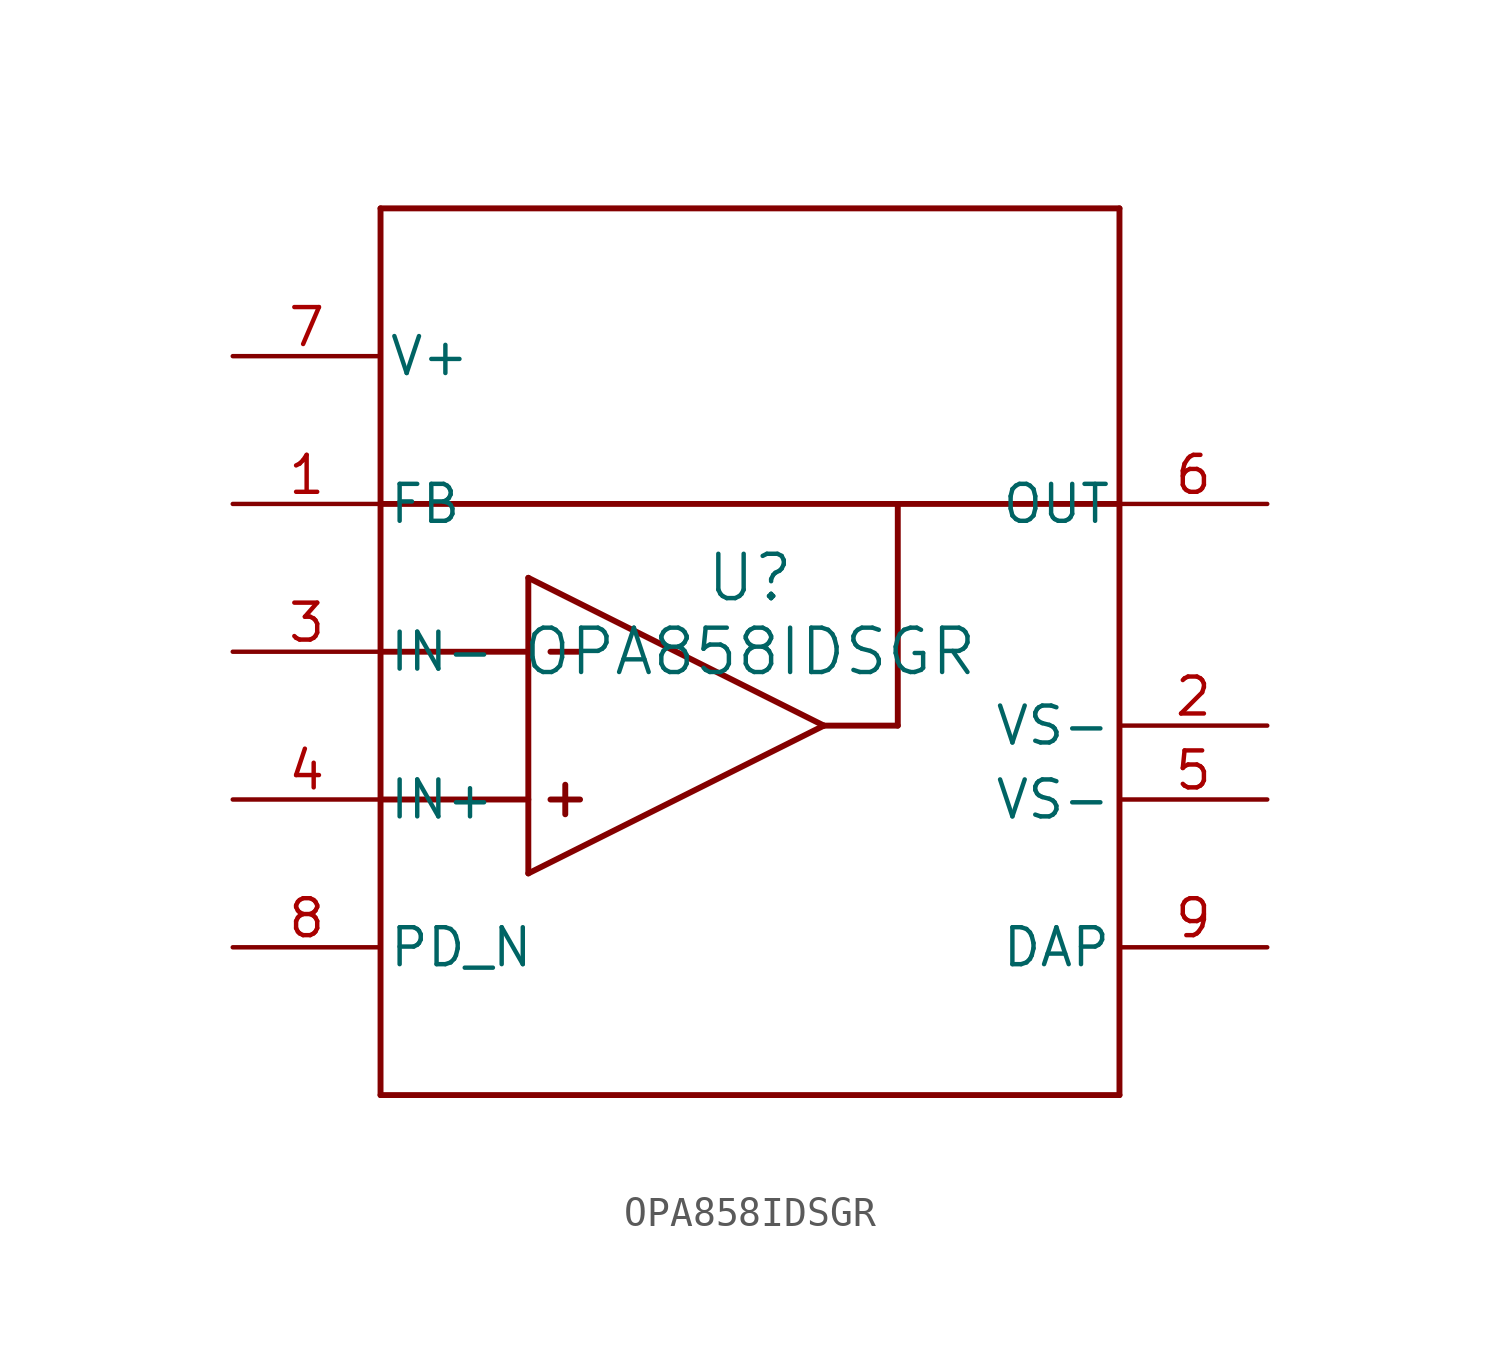
<source format=kicad_sym>
(kicad_symbol_lib
  (version 20211014)
  (generator kicad_symbol_editor)
  (symbol "OPA858IDSGR"
    (pin_names
      (offset 0.254))
    (property "Reference" "U"
      (at 0 2.54 0)
      (effects (font (size 1.524 1.524))))
    (property "Value" "OPA858IDSGR"
      (at 0 0 0)
      (effects (font (size 1.524 1.524))))
    (symbol "OPA858IDSGR_0_1"
      (polyline (pts (xy -12.7 -15.24) (xy 12.7 -15.24)) (stroke (width 0.203) (type default) (color 0 0 0 0)) (fill (type none)))
      (polyline (pts (xy 12.7 -15.24) (xy 12.7 15.24)) (stroke (width 0.203) (type default) (color 0 0 0 0)) (fill (type none)))
      (polyline (pts (xy 12.7 15.24) (xy -12.7 15.24)) (stroke (width 0.203) (type default) (color 0 0 0 0)) (fill (type none)))
      (polyline (pts (xy -12.7 15.24) (xy -12.7 -15.24)) (stroke (width 0.203) (type default) (color 0 0 0 0)) (fill (type none)))
      (polyline (pts (xy -7.62 2.54) (xy 2.54 -2.54)) (stroke (width 0.203) (type default) (color 0 0 0 0)) (fill (type none)))
      (polyline (pts (xy -7.62 -7.62) (xy 2.54 -2.54)) (stroke (width 0.203) (type default) (color 0 0 0 0)) (fill (type none)))
      (polyline (pts (xy -7.62 2.54) (xy -7.62 -7.62)) (stroke (width 0.203) (type default) (color 0 0 0 0)) (fill (type none)))
      (polyline (pts (xy 5.08 -2.54) (xy 5.08 5.08)) (stroke (width 0.203) (type default) (color 0 0 0 0)) (fill (type none)))
      (polyline (pts (xy 12.7 5.08) (xy -12.7 5.08)) (stroke (width 0.203) (type default) (color 0 0 0 0)) (fill (type none)))
      (polyline (pts (xy -12.7 -5.08) (xy -7.62 -5.08)) (stroke (width 0.203) (type default) (color 0 0 0 0)) (fill (type none)))
      (polyline (pts (xy -12.7 0) (xy -7.62 0)) (stroke (width 0.203) (type default) (color 0 0 0 0)) (fill (type none)))
      (polyline (pts (xy -6.858 0) (xy -5.842 0)) (stroke (width 0.203) (type default) (color 0 0 0 0)) (fill (type none)))
      (polyline (pts (xy -6.858 -5.08) (xy -5.842 -5.08)) (stroke (width 0.203) (type default) (color 0 0 0 0)) (fill (type none)))
      (polyline (pts (xy -6.35 -4.572) (xy -6.35 -5.588)) (stroke (width 0.203) (type default) (color 0 0 0 0)) (fill (type none)))
      (polyline (pts (xy 5.08 -2.54) (xy 2.54 -2.54)) (stroke (width 0.203) (type default) (color 0 0 0 0)) (fill (type none)))
      (pin input line (at -17.78 5.08 0) (length 5.08) (name "FB" (effects (font (size 1.27 1.27)))) (number "1" (effects (font (size 1.27 1.27)))))
      (pin power_in line (at 17.78 -2.54 180) (length 5.08) (name "VS-" (effects (font (size 1.27 1.27)))) (number "2" (effects (font (size 1.27 1.27)))))
      (pin input line (at -17.78 0 0) (length 5.08) (name "IN-" (effects (font (size 1.27 1.27)))) (number "3" (effects (font (size 1.27 1.27)))))
      (pin input line (at -17.78 -5.08 0) (length 5.08) (name "IN+" (effects (font (size 1.27 1.27)))) (number "4" (effects (font (size 1.27 1.27)))))
      (pin power_in line (at 17.78 -5.08 180) (length 5.08) (name "VS-" (effects (font (size 1.27 1.27)))) (number "5" (effects (font (size 1.27 1.27)))))
      (pin output line (at 17.78 5.08 180) (length 5.08) (name "OUT" (effects (font (size 1.27 1.27)))) (number "6" (effects (font (size 1.27 1.27)))))
      (pin power_in line (at -17.78 10.16 0) (length 5.08) (name "V+" (effects (font (size 1.27 1.27)))) (number "7" (effects (font (size 1.27 1.27)))))
      (pin input line (at -17.78 -10.16 0) (length 5.08) (name "PD_N" (effects (font (size 1.27 1.27)))) (number "8" (effects (font (size 1.27 1.27)))))
      (pin power_in line (at 17.78 -10.16 180) (length 5.08) (name "DAP" (effects (font (size 1.27 1.27)))) (number "9" (effects (font (size 1.27 1.27))))))))
</source>
